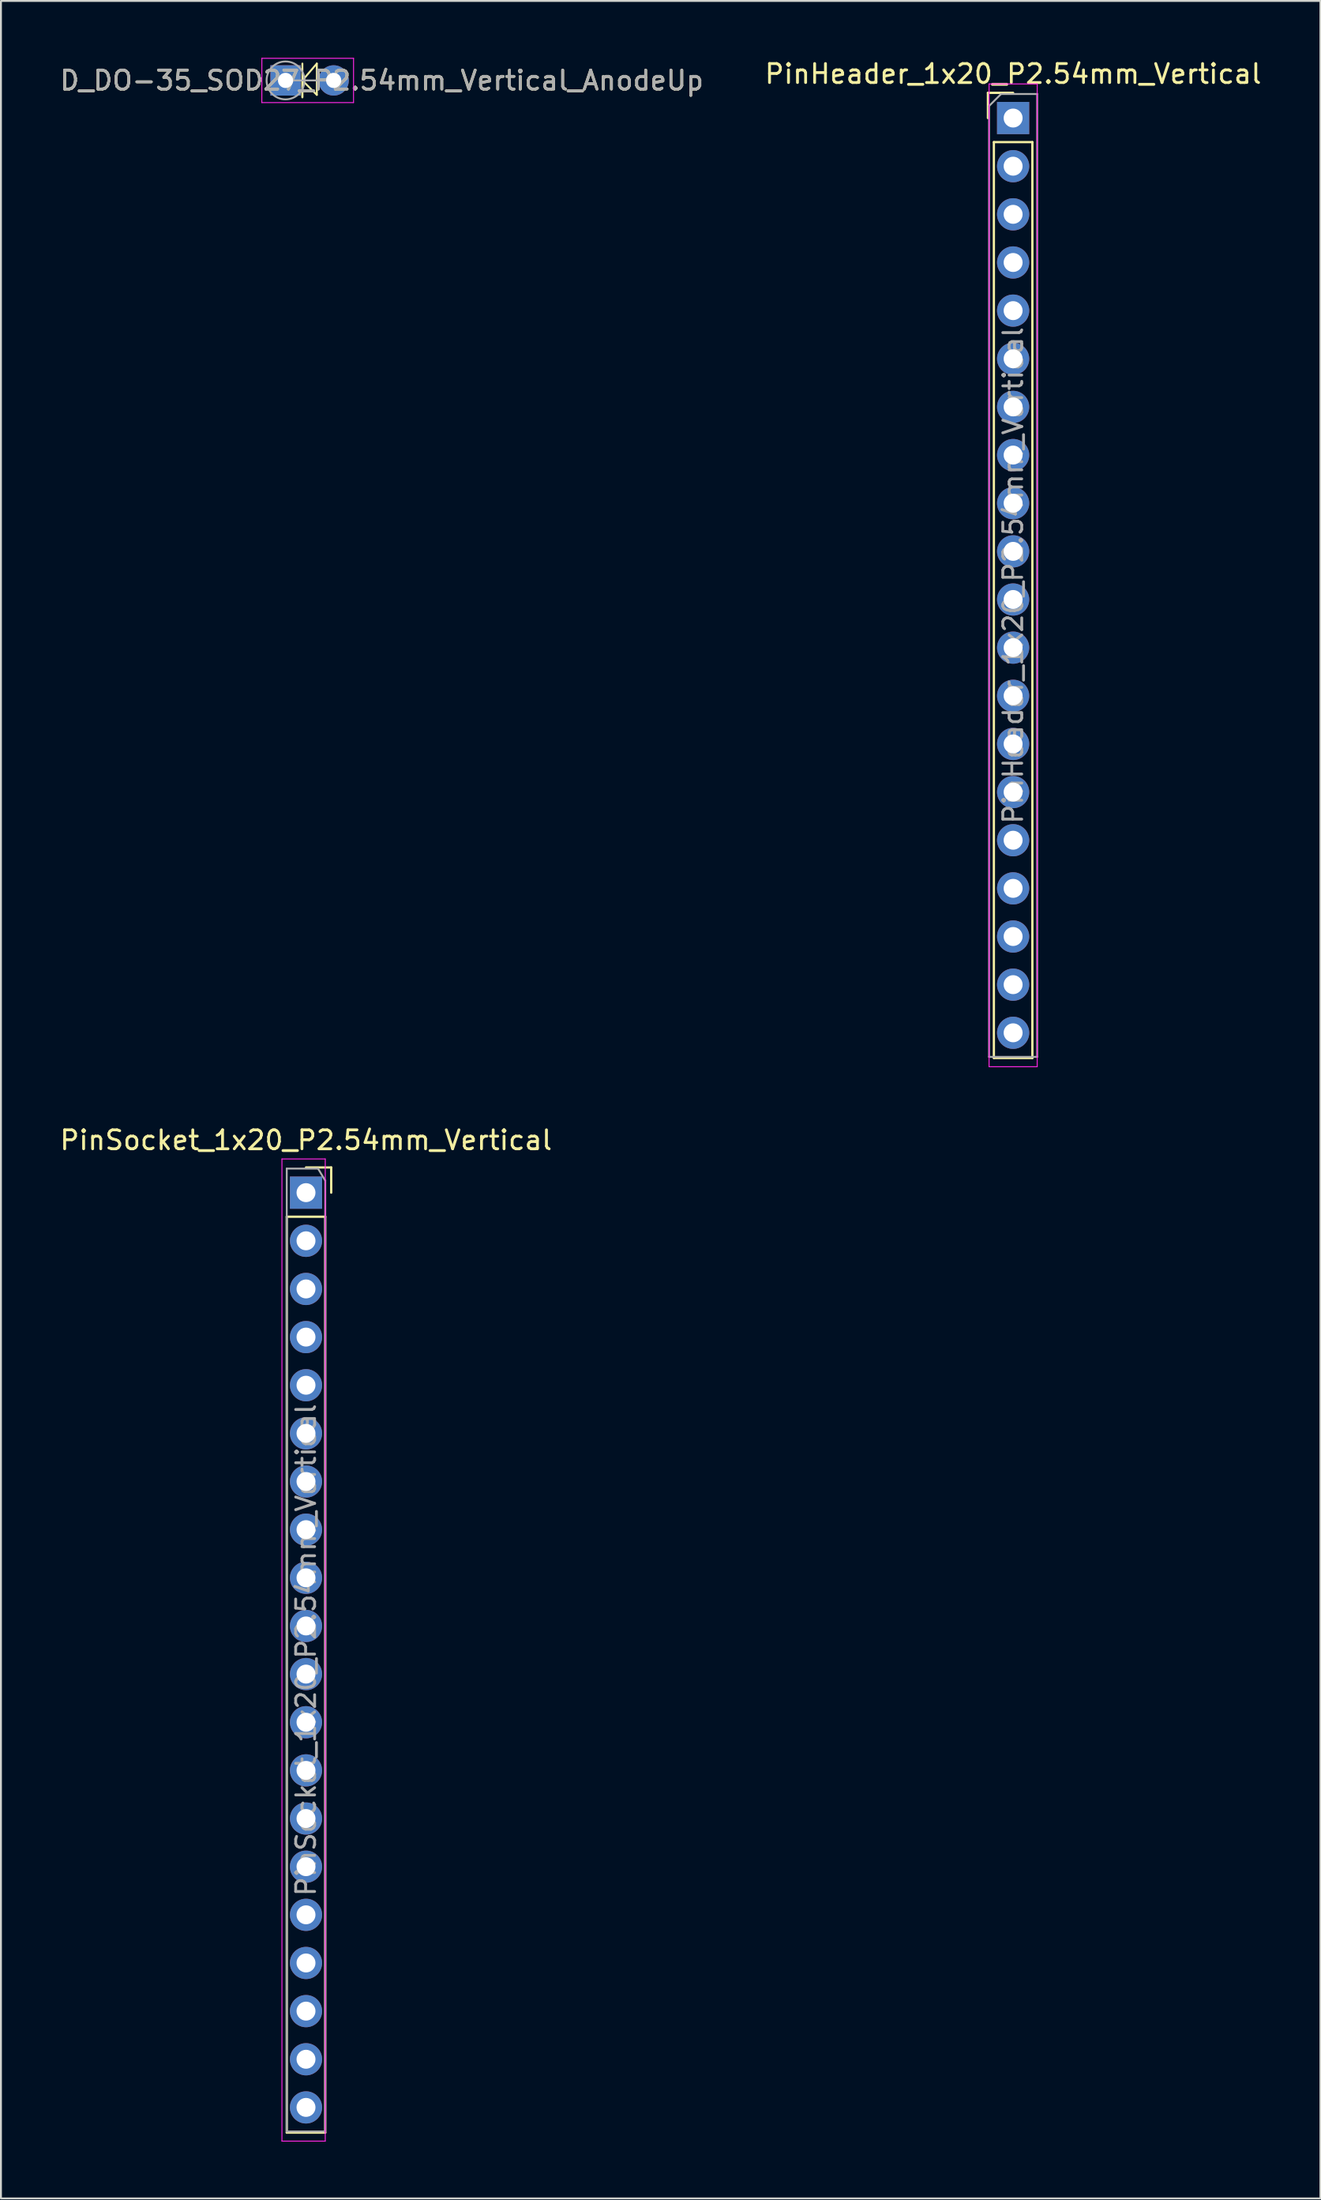
<source format=kicad_pcb>
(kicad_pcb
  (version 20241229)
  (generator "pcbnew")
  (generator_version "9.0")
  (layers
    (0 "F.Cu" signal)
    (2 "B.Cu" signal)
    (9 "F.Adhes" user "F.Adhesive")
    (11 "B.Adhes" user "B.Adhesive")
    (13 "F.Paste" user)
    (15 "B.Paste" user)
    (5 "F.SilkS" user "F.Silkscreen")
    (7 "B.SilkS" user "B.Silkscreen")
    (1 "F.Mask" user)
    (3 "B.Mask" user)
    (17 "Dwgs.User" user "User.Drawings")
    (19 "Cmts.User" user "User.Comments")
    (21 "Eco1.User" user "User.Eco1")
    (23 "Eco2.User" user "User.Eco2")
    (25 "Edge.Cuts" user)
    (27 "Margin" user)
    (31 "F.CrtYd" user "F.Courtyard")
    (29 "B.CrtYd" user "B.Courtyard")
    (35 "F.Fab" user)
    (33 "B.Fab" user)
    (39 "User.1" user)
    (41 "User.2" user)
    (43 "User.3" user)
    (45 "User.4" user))
  (footprint "PinHeader_1x20_P2.54mm_Vertical"
    (layer "F.Cu")
    (at 50.423 3.178)
    (property "Reference" "PinHeader_1x20_P2.54mm_Vertical" (at 0 -2.33 0) (layer "F.SilkS") (effects (font (size 1 1) (thickness 0.15))))
    (attr through_hole)
    (fp_line (start -1.33 -1.33) (end 0 -1.33) (stroke (width 0.12) (type solid)) (layer "F.SilkS"))
    (fp_line (start -1.33 0) (end -1.33 -1.33) (stroke (width 0.12) (type solid)) (layer "F.SilkS"))
    (fp_line (start -1.016 1.27) (end -1.016 49.59) (stroke (width 0.12) (type solid)) (layer "F.SilkS"))
    (fp_line (start -1.016 1.27) (end 1.016 1.27) (stroke (width 0.12) (type solid)) (layer "F.SilkS"))
    (fp_line (start -1.016 49.59) (end 1.016 49.59) (stroke (width 0.12) (type solid)) (layer "F.SilkS"))
    (fp_line (start 1.016 1.27) (end 1.016 49.59) (stroke (width 0.12) (type solid)) (layer "F.SilkS"))
    (fp_line (start -1.27 -1.8) (end -1.27 50.05) (stroke (width 0.05) (type solid)) (layer "F.CrtYd"))
    (fp_line (start -1.27 50.05) (end 1.27 50.05) (stroke (width 0.05) (type solid)) (layer "F.CrtYd"))
    (fp_line (start 1.27 -1.8) (end -1.27 -1.8) (stroke (width 0.05) (type solid)) (layer "F.CrtYd"))
    (fp_line (start 1.27 50.05) (end 1.27 -1.8) (stroke (width 0.05) (type solid)) (layer "F.CrtYd"))
    (fp_line (start -1.27 -0.635) (end -0.635 -1.27) (stroke (width 0.1) (type solid)) (layer "F.Fab"))
    (fp_line (start -1.27 49.53) (end -1.27 -0.635) (stroke (width 0.1) (type solid)) (layer "F.Fab"))
    (fp_line (start -0.635 -1.27) (end 1.27 -1.27) (stroke (width 0.1) (type solid)) (layer "F.Fab"))
    (fp_line (start 1.27 -1.27) (end 1.27 49.53) (stroke (width 0.1) (type solid)) (layer "F.Fab"))
    (fp_line (start 1.27 49.53) (end -1.27 49.53) (stroke (width 0.1) (type solid)) (layer "F.Fab"))
    (fp_text user "${REFERENCE}" (at 0 24.13 90) (layer "F.Fab") (effects (font (size 1 1) (thickness 0.15))))
    (pad "1" thru_hole rect (at 0 0) (size 1.7 1.7) (drill 1) (layers "*.Cu" "*.Mask"))
    (pad "2" thru_hole oval (at 0 2.54) (size 1.7 1.7) (drill 1) (layers "*.Cu" "*.Mask"))
    (pad "3" thru_hole oval (at 0 5.08) (size 1.7 1.7) (drill 1) (layers "*.Cu" "*.Mask"))
    (pad "4" thru_hole oval (at 0 7.62) (size 1.7 1.7) (drill 1) (layers "*.Cu" "*.Mask"))
    (pad "5" thru_hole oval (at 0 10.16) (size 1.7 1.7) (drill 1) (layers "*.Cu" "*.Mask"))
    (pad "6" thru_hole oval (at 0 12.7) (size 1.7 1.7) (drill 1) (layers "*.Cu" "*.Mask"))
    (pad "7" thru_hole oval (at 0 15.24) (size 1.7 1.7) (drill 1) (layers "*.Cu" "*.Mask"))
    (pad "8" thru_hole oval (at 0 17.78) (size 1.7 1.7) (drill 1) (layers "*.Cu" "*.Mask"))
    (pad "9" thru_hole oval (at 0 20.32) (size 1.7 1.7) (drill 1) (layers "*.Cu" "*.Mask"))
    (pad "10" thru_hole oval (at 0 22.86) (size 1.7 1.7) (drill 1) (layers "*.Cu" "*.Mask"))
    (pad "11" thru_hole oval (at 0 25.4) (size 1.7 1.7) (drill 1) (layers "*.Cu" "*.Mask"))
    (pad "12" thru_hole oval (at 0 27.94) (size 1.7 1.7) (drill 1) (layers "*.Cu" "*.Mask"))
    (pad "13" thru_hole oval (at 0 30.48) (size 1.7 1.7) (drill 1) (layers "*.Cu" "*.Mask"))
    (pad "14" thru_hole oval (at 0 33.02) (size 1.7 1.7) (drill 1) (layers "*.Cu" "*.Mask"))
    (pad "15" thru_hole oval (at 0 35.56) (size 1.7 1.7) (drill 1) (layers "*.Cu" "*.Mask"))
    (pad "16" thru_hole oval (at 0 38.1) (size 1.7 1.7) (drill 1) (layers "*.Cu" "*.Mask"))
    (pad "17" thru_hole oval (at 0 40.64) (size 1.7 1.7) (drill 1) (layers "*.Cu" "*.Mask"))
    (pad "18" thru_hole oval (at 0 43.18) (size 1.7 1.7) (drill 1) (layers "*.Cu" "*.Mask"))
    (pad "19" thru_hole oval (at 0 45.72) (size 1.7 1.7) (drill 1) (layers "*.Cu" "*.Mask"))
    (pad "20" thru_hole oval (at 0 48.26) (size 1.7 1.7) (drill 1) (layers "*.Cu" "*.Mask")))
  (footprint "PinSocket_1x20_P2.54mm_Vertical"
    (layer "F.Cu")
    (at 13.101 59.871)
    (property "Reference" "PinSocket_1x20_P2.54mm_Vertical" (at 0 -2.77 0) (layer "F.SilkS") (effects (font (size 1 1) (thickness 0.15))))
    (attr through_hole)
    (fp_line (start -1.016 1.27) (end -1.016 49.59) (stroke (width 0.12) (type solid)) (layer "F.SilkS"))
    (fp_line (start -1.016 1.27) (end 1.016 1.27) (stroke (width 0.12) (type solid)) (layer "F.SilkS"))
    (fp_line (start -1.016 49.59) (end 1.016 49.59) (stroke (width 0.12) (type solid)) (layer "F.SilkS"))
    (fp_line (start 0 -1.33) (end 1.33 -1.33) (stroke (width 0.12) (type solid)) (layer "F.SilkS"))
    (fp_line (start 1.016 1.27) (end 1.016 49.59) (stroke (width 0.12) (type solid)) (layer "F.SilkS"))
    (fp_line (start 1.33 -1.33) (end 1.33 0) (stroke (width 0.12) (type solid)) (layer "F.SilkS"))
    (fp_line (start -1.27 -1.778) (end 1.016 -1.778) (stroke (width 0.05) (type solid)) (layer "F.CrtYd"))
    (fp_line (start -1.27 50.038) (end -1.27 -1.778) (stroke (width 0.05) (type solid)) (layer "F.CrtYd"))
    (fp_line (start 1.016 -1.778) (end 1.016 50.038) (stroke (width 0.05) (type solid)) (layer "F.CrtYd"))
    (fp_line (start 1.016 50.038) (end -1.27 50.038) (stroke (width 0.05) (type solid)) (layer "F.CrtYd"))
    (fp_line (start -1.016 -1.27) (end 0.635 -1.27) (stroke (width 0.1) (type solid)) (layer "F.Fab"))
    (fp_line (start -1.016 49.53) (end -1.016 -1.27) (stroke (width 0.1) (type solid)) (layer "F.Fab"))
    (fp_line (start 0.635 -1.27) (end 1.016 -0.635) (stroke (width 0.1) (type solid)) (layer "F.Fab"))
    (fp_line (start 1.016 -0.635) (end 1.016 49.53) (stroke (width 0.1) (type solid)) (layer "F.Fab"))
    (fp_line (start 1.016 49.53) (end -1.016 49.53) (stroke (width 0.1) (type solid)) (layer "F.Fab"))
    (fp_text user "${REFERENCE}" (at 0 24.13 90) (layer "F.Fab") (effects (font (size 1 1) (thickness 0.15))))
    (pad "1" thru_hole rect (at 0 0) (size 1.7 1.7) (drill 1) (layers "*.Cu" "*.Mask"))
    (pad "2" thru_hole oval (at 0 2.54) (size 1.7 1.7) (drill 1) (layers "*.Cu" "*.Mask"))
    (pad "3" thru_hole oval (at 0 5.08) (size 1.7 1.7) (drill 1) (layers "*.Cu" "*.Mask"))
    (pad "4" thru_hole oval (at 0 7.62) (size 1.7 1.7) (drill 1) (layers "*.Cu" "*.Mask"))
    (pad "5" thru_hole oval (at 0 10.16) (size 1.7 1.7) (drill 1) (layers "*.Cu" "*.Mask"))
    (pad "6" thru_hole oval (at 0 12.7) (size 1.7 1.7) (drill 1) (layers "*.Cu" "*.Mask"))
    (pad "7" thru_hole oval (at 0 15.24) (size 1.7 1.7) (drill 1) (layers "*.Cu" "*.Mask"))
    (pad "8" thru_hole oval (at 0 17.78) (size 1.7 1.7) (drill 1) (layers "*.Cu" "*.Mask"))
    (pad "9" thru_hole oval (at 0 20.32) (size 1.7 1.7) (drill 1) (layers "*.Cu" "*.Mask"))
    (pad "10" thru_hole oval (at 0 22.86) (size 1.7 1.7) (drill 1) (layers "*.Cu" "*.Mask"))
    (pad "11" thru_hole oval (at 0 25.4) (size 1.7 1.7) (drill 1) (layers "*.Cu" "*.Mask"))
    (pad "12" thru_hole oval (at 0 27.94) (size 1.7 1.7) (drill 1) (layers "*.Cu" "*.Mask"))
    (pad "13" thru_hole oval (at 0 30.48) (size 1.7 1.7) (drill 1) (layers "*.Cu" "*.Mask"))
    (pad "14" thru_hole oval (at 0 33.02) (size 1.7 1.7) (drill 1) (layers "*.Cu" "*.Mask"))
    (pad "15" thru_hole oval (at 0 35.56) (size 1.7 1.7) (drill 1) (layers "*.Cu" "*.Mask"))
    (pad "16" thru_hole oval (at 0 38.1) (size 1.7 1.7) (drill 1) (layers "*.Cu" "*.Mask"))
    (pad "17" thru_hole oval (at 0 40.64) (size 1.7 1.7) (drill 1) (layers "*.Cu" "*.Mask"))
    (pad "18" thru_hole oval (at 0 43.18) (size 1.7 1.7) (drill 1) (layers "*.Cu" "*.Mask"))
    (pad "19" thru_hole oval (at 0 45.72) (size 1.7 1.7) (drill 1) (layers "*.Cu" "*.Mask"))
    (pad "20" thru_hole oval (at 0 48.26) (size 1.7 1.7) (drill 1) (layers "*.Cu" "*.Mask")))
  (footprint "D_DO-35_SOD27_P2.54mm_Vertical_AnodeUp"
    (layer "F.Cu")
    (at 12.021 1.193)
    (property "Reference" "D_DO-35_SOD27_P2.54mm_Vertical_AnodeUp" (at 5.08 0 0) (layer "F.SilkS") (effects (font (size 1 1) (thickness 0.15))))
    (attr through_hole)
    (fp_line (start 0.889 -0.889) (end 0.889 0.889) (stroke (width 0.1) (type default)) (layer "F.SilkS"))
    (fp_line (start 0.889 0) (end 1.651 0.762) (stroke (width 0.1) (type default)) (layer "F.SilkS"))
    (fp_line (start 0.889 0.889) (end 0.889 0) (stroke (width 0.1) (type default)) (layer "F.SilkS"))
    (fp_line (start 1.651 -0.889) (end 0.889 0) (stroke (width 0.1) (type default)) (layer "F.SilkS"))
    (fp_line (start 1.651 0.762) (end 1.651 -0.889) (stroke (width 0.1) (type default)) (layer "F.SilkS"))
    (fp_line (start -1.252 1.168) (end 3.588 1.168) (stroke (width 0.05) (type solid)) (layer "F.CrtYd"))
    (fp_line (start -1.25 -1.168) (end -1.252 1.168) (stroke (width 0.05) (type solid)) (layer "F.CrtYd"))
    (fp_line (start 3.588 1.168) (end 3.59 -1.168) (stroke (width 0.05) (type solid)) (layer "F.CrtYd"))
    (fp_line (start 3.59 -1.168) (end -1.25 -1.168) (stroke (width 0.05) (type solid)) (layer "F.CrtYd"))
    (fp_line (start 0 0) (end 2.54 0) (stroke (width 0.1) (type solid)) (layer "F.Fab"))
    (fp_circle (center 0 0) (end 1 0) (stroke (width 0.1) (type solid)) (fill no) (layer "F.Fab"))
    (fp_text user "${REFERENCE}" (at 5.08 0 0) (layer "F.Fab") (effects (font (size 1 1) (thickness 0.15))))
    (pad "1" thru_hole rect (at 0 0) (size 1.6 1.6) (drill 0.8) (layers "*.Cu" "*.Mask"))
    (pad "2" thru_hole oval (at 2.54 0) (size 1.6 1.6) (drill 0.8) (layers "*.Cu" "*.Mask")))
  (gr_rect
    (start -3 -3)
    (end 66.643 112.934)
    (stroke (width 0.1) (type default))
    (fill no)
    (layer "Edge.Cuts")))
</source>
